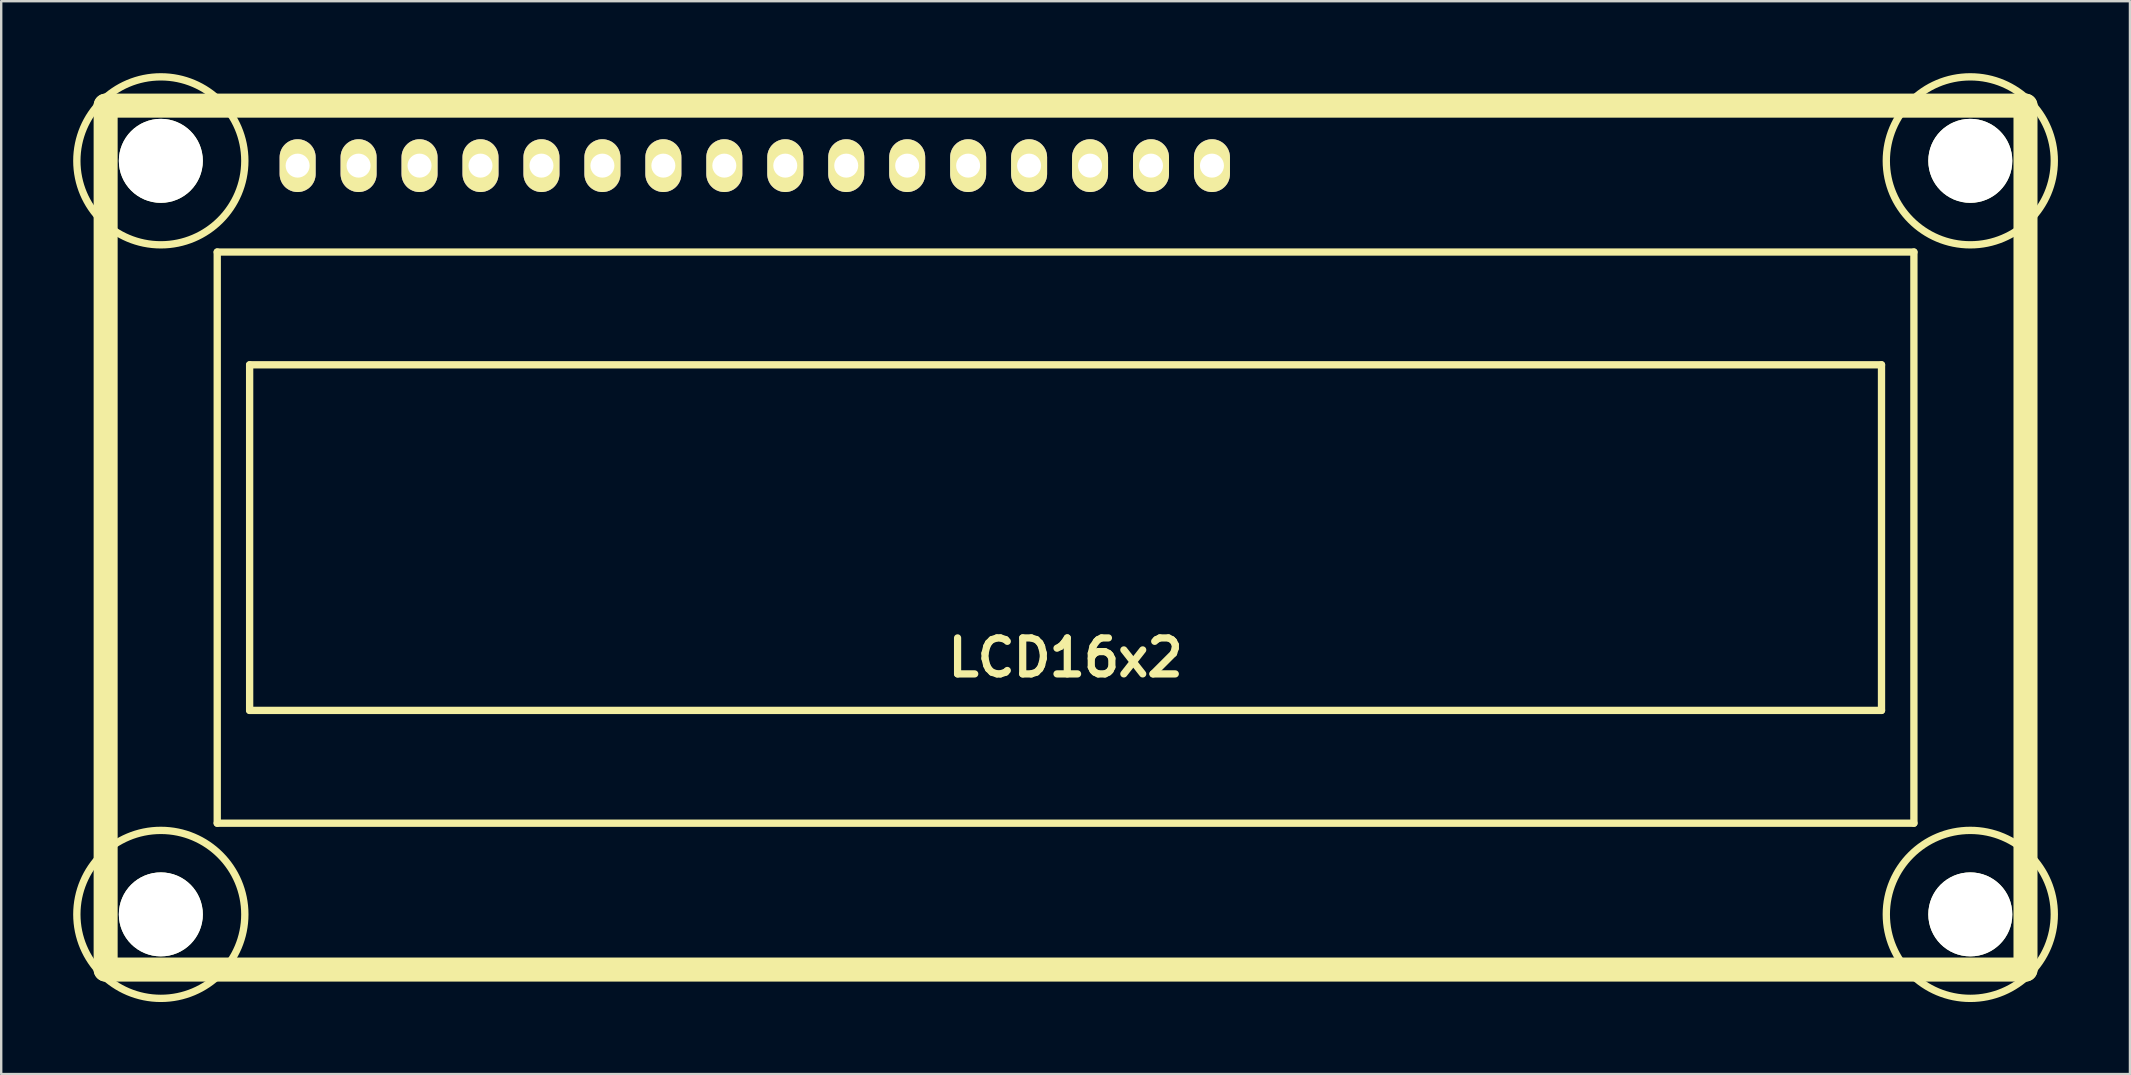
<source format=kicad_pcb>
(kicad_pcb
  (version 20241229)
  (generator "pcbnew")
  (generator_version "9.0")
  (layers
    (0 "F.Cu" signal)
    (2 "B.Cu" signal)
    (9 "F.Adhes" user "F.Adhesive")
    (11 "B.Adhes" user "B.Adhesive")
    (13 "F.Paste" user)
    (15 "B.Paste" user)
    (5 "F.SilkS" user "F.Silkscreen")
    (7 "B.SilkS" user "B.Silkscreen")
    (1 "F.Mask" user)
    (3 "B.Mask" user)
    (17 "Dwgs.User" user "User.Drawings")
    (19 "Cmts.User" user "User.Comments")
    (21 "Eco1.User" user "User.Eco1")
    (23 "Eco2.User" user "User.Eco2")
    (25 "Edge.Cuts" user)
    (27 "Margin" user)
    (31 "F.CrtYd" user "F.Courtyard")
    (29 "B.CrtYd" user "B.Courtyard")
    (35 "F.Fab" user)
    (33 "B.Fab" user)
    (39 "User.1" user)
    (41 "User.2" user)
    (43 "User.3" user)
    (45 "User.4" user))
  (footprint "LCD16x2"
    (layer "F.Cu")
    (at 41.352 19.352)
    (property "Reference" "LCD16x2" (at 0 5.001 0) (layer "F.SilkS") (effects (font (size 1.5 1.5) (thickness 0.3))))
    (attr through_hole)
    (fp_line (start -40 -18) (end 40 -18) (stroke (width 1.001) (type solid)) (layer "F.SilkS"))
    (fp_line (start -40 18) (end -40 -18) (stroke (width 1.001) (type solid)) (layer "F.SilkS"))
    (fp_line (start -35.35 -11.9) (end 35.35 -11.9) (stroke (width 0.305) (type solid)) (layer "F.SilkS"))
    (fp_line (start -35.35 11.9) (end -35.35 -11.9) (stroke (width 0.305) (type solid)) (layer "F.SilkS"))
    (fp_line (start -34 -7.2) (end -34 7.2) (stroke (width 0.305) (type solid)) (layer "F.SilkS"))
    (fp_line (start -34 7.2) (end 34 7.2) (stroke (width 0.305) (type solid)) (layer "F.SilkS"))
    (fp_line (start 34 -7.2) (end -34 -7.2) (stroke (width 0.305) (type solid)) (layer "F.SilkS"))
    (fp_line (start 34 7.2) (end 34 -7.2) (stroke (width 0.305) (type solid)) (layer "F.SilkS"))
    (fp_line (start 35.35 -11.9) (end 35.35 11.9) (stroke (width 0.305) (type solid)) (layer "F.SilkS"))
    (fp_line (start 35.35 11.9) (end -35.35 11.9) (stroke (width 0.305) (type solid)) (layer "F.SilkS"))
    (fp_line (start 40 -18) (end 40 18) (stroke (width 1.001) (type solid)) (layer "F.SilkS"))
    (fp_line (start 40 18) (end -40 18) (stroke (width 1.001) (type solid)) (layer "F.SilkS"))
    (fp_circle (center -37.7 -15.7) (end -41.2 -15.7) (stroke (width 0.305) (type solid)) (fill no) (layer "F.SilkS"))
    (fp_circle (center -37.7 15.7) (end -41.2 15.7) (stroke (width 0.305) (type solid)) (fill no) (layer "F.SilkS"))
    (fp_circle (center 37.7 -15.7) (end 41.2 -15.7) (stroke (width 0.305) (type solid)) (fill no) (layer "F.SilkS"))
    (fp_circle (center 37.7 15.7) (end 41.2 15.7) (stroke (width 0.305) (type solid)) (fill no) (layer "F.SilkS"))
    (pad "" np_thru_hole circle (at -37.7 -15.7) (size 3.5 3.5) (drill 3.5) (layers "*.Cu" "*.Mask" "F.SilkS"))
    (pad "" np_thru_hole circle (at -37.7 15.7) (size 3.5 3.5) (drill 3.5) (layers "*.Cu" "*.Mask" "F.SilkS"))
    (pad "" np_thru_hole circle (at 37.7 -15.7) (size 3.5 3.5) (drill 3.5) (layers "*.Cu" "*.Mask" "F.SilkS"))
    (pad "" np_thru_hole circle (at 37.7 15.7) (size 3.5 3.5) (drill 3.5) (layers "*.Cu" "*.Mask" "F.SilkS"))
    (pad "1" thru_hole oval (at -32 -15.5) (size 1.5 2.2) (drill 1) (layers "*.Cu" "*.Mask" "F.SilkS"))
    (pad "2" thru_hole oval (at -29.46 -15.5) (size 1.5 2.2) (drill 1) (layers "*.Cu" "*.Mask" "F.SilkS"))
    (pad "3" thru_hole oval (at -26.92 -15.5) (size 1.5 2.2) (drill 1) (layers "*.Cu" "*.Mask" "F.SilkS"))
    (pad "4" thru_hole oval (at -24.38 -15.5) (size 1.5 2.2) (drill 1) (layers "*.Cu" "*.Mask" "F.SilkS"))
    (pad "5" thru_hole oval (at -21.84 -15.5) (size 1.5 2.2) (drill 1) (layers "*.Cu" "*.Mask" "F.SilkS"))
    (pad "6" thru_hole oval (at -19.3 -15.5) (size 1.5 2.2) (drill 1) (layers "*.Cu" "*.Mask" "F.SilkS"))
    (pad "7" thru_hole oval (at -16.76 -15.5) (size 1.5 2.2) (drill 1) (layers "*.Cu" "*.Mask" "F.SilkS"))
    (pad "8" thru_hole oval (at -14.22 -15.5) (size 1.5 2.2) (drill 1) (layers "*.Cu" "*.Mask" "F.SilkS"))
    (pad "9" thru_hole oval (at -11.68 -15.5) (size 1.5 2.2) (drill 1) (layers "*.Cu" "*.Mask" "F.SilkS"))
    (pad "10" thru_hole oval (at -9.14 -15.5) (size 1.5 2.2) (drill 1) (layers "*.Cu" "*.Mask" "F.SilkS"))
    (pad "11" thru_hole oval (at -6.6 -15.5) (size 1.5 2.2) (drill 1) (layers "*.Cu" "*.Mask" "F.SilkS"))
    (pad "12" thru_hole oval (at -4.06 -15.5) (size 1.5 2.2) (drill 1) (layers "*.Cu" "*.Mask" "F.SilkS"))
    (pad "13" thru_hole oval (at -1.52 -15.5) (size 1.5 2.2) (drill 1) (layers "*.Cu" "*.Mask" "F.SilkS"))
    (pad "14" thru_hole oval (at 1.02 -15.5) (size 1.5 2.2) (drill 1) (layers "*.Cu" "*.Mask" "F.SilkS"))
    (pad "15" thru_hole oval (at 3.56 -15.5) (size 1.5 2.2) (drill 1) (layers "*.Cu" "*.Mask" "F.SilkS"))
    (pad "16" thru_hole oval (at 6.1 -15.5) (size 1.5 2.2) (drill 1) (layers "*.Cu" "*.Mask" "F.SilkS")))
  (gr_rect
    (start -3 -3)
    (end 85.705 41.705)
    (stroke (width 0.1) (type default))
    (fill no)
    (layer "Edge.Cuts")))
</source>
